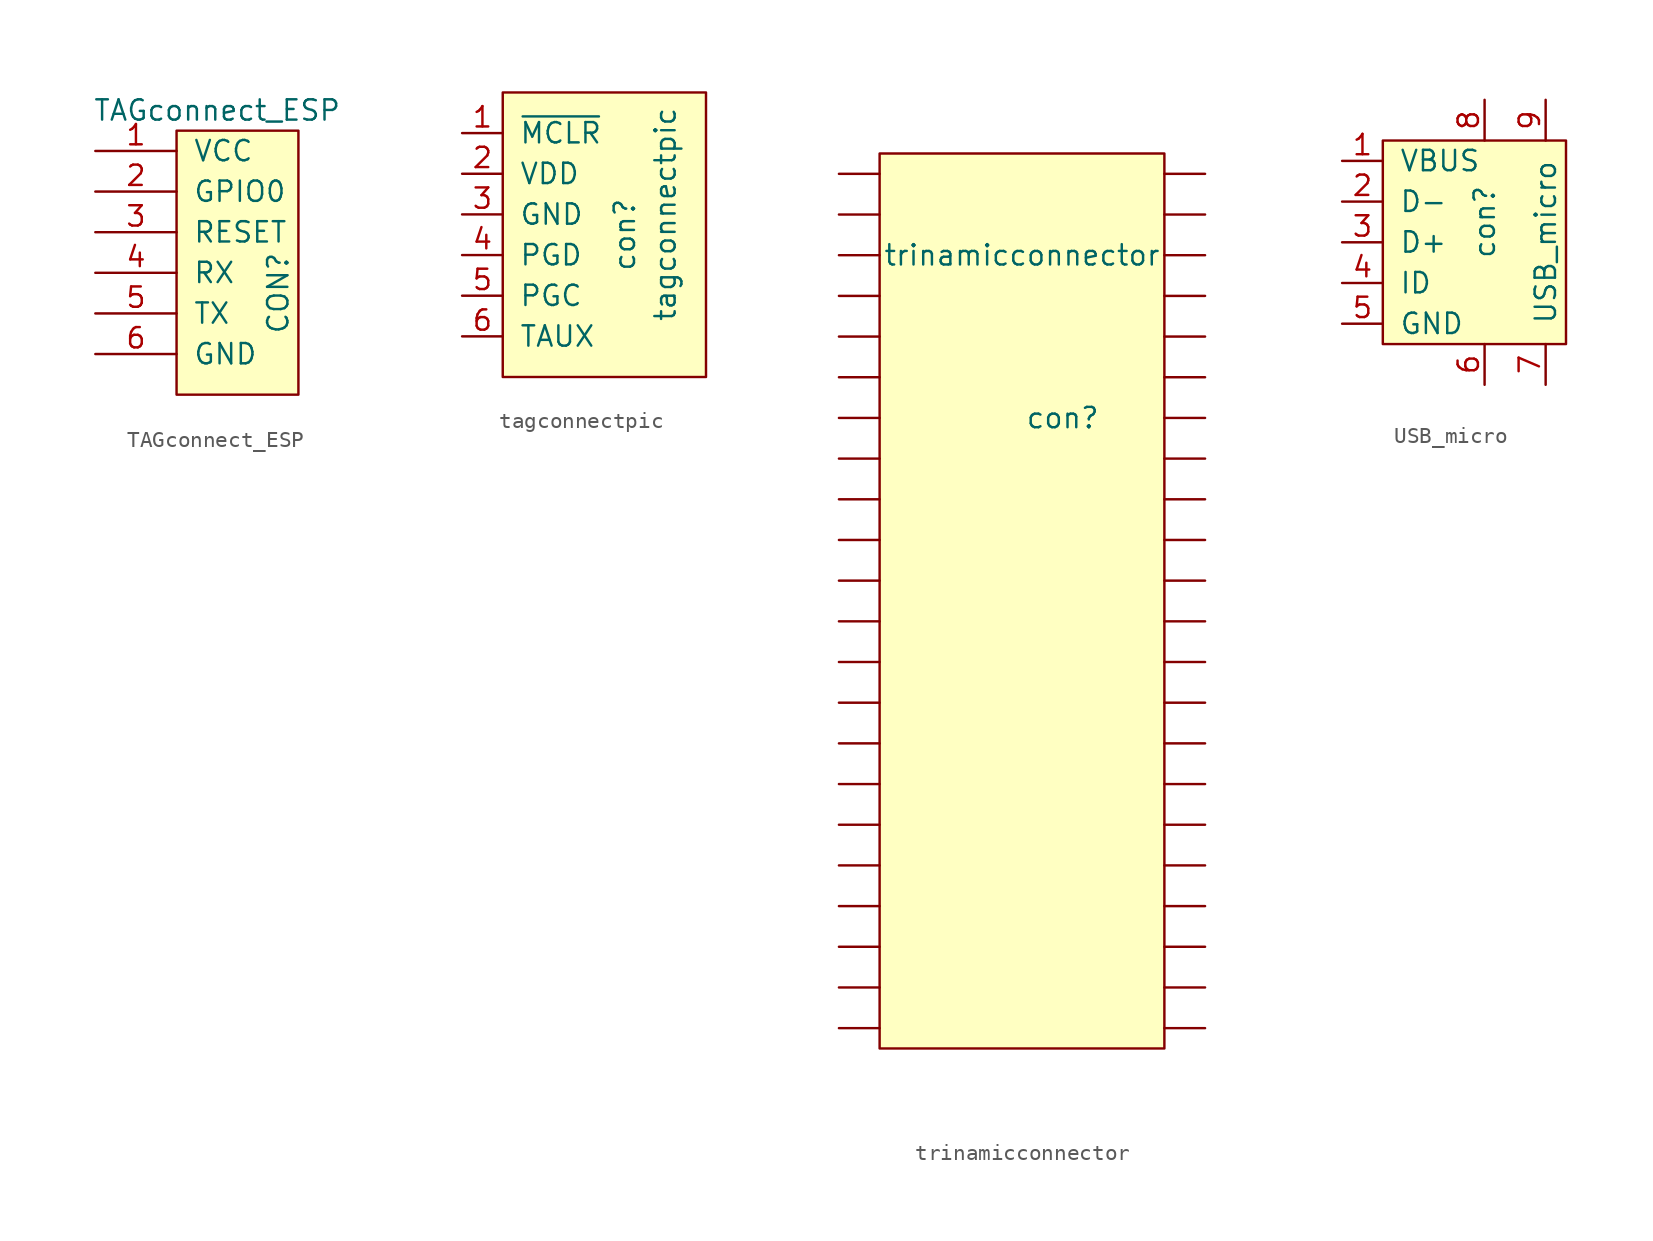
<source format=kicad_sym>
(kicad_symbol_lib
  (version 20201005)
  (generator kicad_symbol_editor)
  (symbol "conectors:TAGconnect_ESP"
    (pin_names
      (offset 1.016))
    (property "Reference" "CON"
      (at 6.35 -8.89 90)
      (effects (font (size 1.27 1.27))))
    (property "Value" "TAGconnect_ESP"
      (at 2.54 2.54 0)
      (effects (font (size 1.27 1.27))))
    (symbol "TAGconnect_ESP_0_1"
      (rectangle (start 0 1.27) (end 7.62 -15.24) (stroke (width 0)) (fill (type background))))
    (symbol "TAGconnect_ESP_1_1"
      (pin unspecified line (at -5.08 0 0) (length 5.08) (name "VCC" (effects (font (size 1.27 1.27)))) (number "1" (effects (font (size 1.27 1.27)))))
      (pin unspecified line (at -5.08 -2.54 0) (length 5.08) (name "GPIO0" (effects (font (size 1.27 1.27)))) (number "2" (effects (font (size 1.27 1.27)))))
      (pin unspecified line (at -5.08 -5.08 0) (length 5.08) (name "RESET" (effects (font (size 1.27 1.27)))) (number "3" (effects (font (size 1.27 1.27)))))
      (pin unspecified line (at -5.08 -7.62 0) (length 5.08) (name "RX" (effects (font (size 1.27 1.27)))) (number "4" (effects (font (size 1.27 1.27)))))
      (pin unspecified line (at -5.08 -10.16 0) (length 5.08) (name "TX" (effects (font (size 1.27 1.27)))) (number "5" (effects (font (size 1.27 1.27)))))
      (pin unspecified line (at -5.08 -12.7 0) (length 5.08) (name "GND" (effects (font (size 1.27 1.27)))) (number "6" (effects (font (size 1.27 1.27)))))))
  (symbol "conectors:tagconnectpic"
    (pin_names
      (offset 1.016))
    (property "Reference" "con"
      (at 7.62 -6.35 90)
      (effects (font (size 1.27 1.27))))
    (property "Value" "tagconnectpic"
      (at 10.16 -5.08 90)
      (effects (font (size 1.27 1.27))))
    (symbol "tagconnectpic_0_1"
      (rectangle (start 0 2.54) (end 12.7 -15.24) (stroke (width 0)) (fill (type background))))
    (symbol "tagconnectpic_1_1"
      (pin input line (at -2.54 0 0) (length 2.54) (name "~MCLR" (effects (font (size 1.27 1.27)))) (number "1" (effects (font (size 1.27 1.27)))))
      (pin input line (at -2.54 -2.54 0) (length 2.54) (name "VDD" (effects (font (size 1.27 1.27)))) (number "2" (effects (font (size 1.27 1.27)))))
      (pin input line (at -2.54 -5.08 0) (length 2.54) (name "GND" (effects (font (size 1.27 1.27)))) (number "3" (effects (font (size 1.27 1.27)))))
      (pin input line (at -2.54 -7.62 0) (length 2.54) (name "PGD" (effects (font (size 1.27 1.27)))) (number "4" (effects (font (size 1.27 1.27)))))
      (pin input line (at -2.54 -10.16 0) (length 2.54) (name "PGC" (effects (font (size 1.27 1.27)))) (number "5" (effects (font (size 1.27 1.27)))))
      (pin input line (at -2.54 -12.7 0) (length 2.54) (name "TAUX" (effects (font (size 1.27 1.27)))) (number "6" (effects (font (size 1.27 1.27)))))))
  (symbol "conectors:trinamicconnector"
    (pin_names
      (offset 1.016))
    (property "Reference" "con"
      (at 1.27 12.7 0)
      (effects (font (size 1.27 1.27))))
    (property "Value" "trinamicconnector"
      (at -1.27 22.86 0)
      (effects (font (size 1.27 1.27))))
    (symbol "trinamicconnector_1_1"
      (rectangle (start -10.16 29.21) (end 7.62 -26.67) (stroke (width 0)) (fill (type background)))
      (pin input line (at -12.7 -25.4 0) (length 2.54) (name "~" (effects (font (size 1.27 1.27)))) (number "~" (effects (font (size 1.27 1.27)))))
      (pin input line (at -12.7 -22.86 0) (length 2.54) (name "~" (effects (font (size 1.27 1.27)))) (number "~" (effects (font (size 1.27 1.27)))))
      (pin input line (at -12.7 -20.32 0) (length 2.54) (name "~" (effects (font (size 1.27 1.27)))) (number "~" (effects (font (size 1.27 1.27)))))
      (pin input line (at -12.7 -17.78 0) (length 2.54) (name "~" (effects (font (size 1.27 1.27)))) (number "~" (effects (font (size 1.27 1.27)))))
      (pin input line (at -12.7 -15.24 0) (length 2.54) (name "~" (effects (font (size 1.27 1.27)))) (number "~" (effects (font (size 1.27 1.27)))))
      (pin input line (at -12.7 -12.7 0) (length 2.54) (name "~" (effects (font (size 1.27 1.27)))) (number "~" (effects (font (size 1.27 1.27)))))
      (pin input line (at -12.7 -10.16 0) (length 2.54) (name "~" (effects (font (size 1.27 1.27)))) (number "~" (effects (font (size 1.27 1.27)))))
      (pin input line (at -12.7 -7.62 0) (length 2.54) (name "~" (effects (font (size 1.27 1.27)))) (number "~" (effects (font (size 1.27 1.27)))))
      (pin input line (at -12.7 -5.08 0) (length 2.54) (name "~" (effects (font (size 1.27 1.27)))) (number "~" (effects (font (size 1.27 1.27)))))
      (pin input line (at -12.7 -2.54 0) (length 2.54) (name "~" (effects (font (size 1.27 1.27)))) (number "~" (effects (font (size 1.27 1.27)))))
      (pin input line (at -12.7 0 0) (length 2.54) (name "~" (effects (font (size 1.27 1.27)))) (number "~" (effects (font (size 1.27 1.27)))))
      (pin input line (at -12.7 2.54 0) (length 2.54) (name "~" (effects (font (size 1.27 1.27)))) (number "~" (effects (font (size 1.27 1.27)))))
      (pin input line (at -12.7 5.08 0) (length 2.54) (name "~" (effects (font (size 1.27 1.27)))) (number "~" (effects (font (size 1.27 1.27)))))
      (pin input line (at -12.7 7.62 0) (length 2.54) (name "~" (effects (font (size 1.27 1.27)))) (number "~" (effects (font (size 1.27 1.27)))))
      (pin input line (at -12.7 10.16 0) (length 2.54) (name "~" (effects (font (size 1.27 1.27)))) (number "~" (effects (font (size 1.27 1.27)))))
      (pin input line (at -12.7 12.7 0) (length 2.54) (name "~" (effects (font (size 1.27 1.27)))) (number "~" (effects (font (size 1.27 1.27)))))
      (pin input line (at -12.7 15.24 0) (length 2.54) (name "~" (effects (font (size 1.27 1.27)))) (number "~" (effects (font (size 1.27 1.27)))))
      (pin input line (at -12.7 17.78 0) (length 2.54) (name "~" (effects (font (size 1.27 1.27)))) (number "~" (effects (font (size 1.27 1.27)))))
      (pin input line (at -12.7 20.32 0) (length 2.54) (name "~" (effects (font (size 1.27 1.27)))) (number "~" (effects (font (size 1.27 1.27)))))
      (pin input line (at -12.7 22.86 0) (length 2.54) (name "~" (effects (font (size 1.27 1.27)))) (number "~" (effects (font (size 1.27 1.27)))))
      (pin input line (at -12.7 25.4 0) (length 2.54) (name "~" (effects (font (size 1.27 1.27)))) (number "~" (effects (font (size 1.27 1.27)))))
      (pin input line (at -12.7 27.94 0) (length 2.54) (name "~" (effects (font (size 1.27 1.27)))) (number "~" (effects (font (size 1.27 1.27)))))
      (pin input line (at 10.16 -25.4 180) (length 2.54) (name "~" (effects (font (size 1.27 1.27)))) (number "~" (effects (font (size 1.27 1.27)))))
      (pin input line (at 10.16 -22.86 180) (length 2.54) (name "~" (effects (font (size 1.27 1.27)))) (number "~" (effects (font (size 1.27 1.27)))))
      (pin input line (at 10.16 -20.32 180) (length 2.54) (name "~" (effects (font (size 1.27 1.27)))) (number "~" (effects (font (size 1.27 1.27)))))
      (pin input line (at 10.16 -17.78 180) (length 2.54) (name "~" (effects (font (size 1.27 1.27)))) (number "~" (effects (font (size 1.27 1.27)))))
      (pin input line (at 10.16 -15.24 180) (length 2.54) (name "~" (effects (font (size 1.27 1.27)))) (number "~" (effects (font (size 1.27 1.27)))))
      (pin input line (at 10.16 -12.7 180) (length 2.54) (name "~" (effects (font (size 1.27 1.27)))) (number "~" (effects (font (size 1.27 1.27)))))
      (pin input line (at 10.16 -10.16 180) (length 2.54) (name "~" (effects (font (size 1.27 1.27)))) (number "~" (effects (font (size 1.27 1.27)))))
      (pin input line (at 10.16 -7.62 180) (length 2.54) (name "~" (effects (font (size 1.27 1.27)))) (number "~" (effects (font (size 1.27 1.27)))))
      (pin input line (at 10.16 -5.08 180) (length 2.54) (name "~" (effects (font (size 1.27 1.27)))) (number "~" (effects (font (size 1.27 1.27)))))
      (pin input line (at 10.16 -2.54 180) (length 2.54) (name "~" (effects (font (size 1.27 1.27)))) (number "~" (effects (font (size 1.27 1.27)))))
      (pin input line (at 10.16 0 180) (length 2.54) (name "~" (effects (font (size 1.27 1.27)))) (number "~" (effects (font (size 1.27 1.27)))))
      (pin input line (at 10.16 2.54 180) (length 2.54) (name "~" (effects (font (size 1.27 1.27)))) (number "~" (effects (font (size 1.27 1.27)))))
      (pin input line (at 10.16 5.08 180) (length 2.54) (name "~" (effects (font (size 1.27 1.27)))) (number "~" (effects (font (size 1.27 1.27)))))
      (pin input line (at 10.16 7.62 180) (length 2.54) (name "~" (effects (font (size 1.27 1.27)))) (number "~" (effects (font (size 1.27 1.27)))))
      (pin input line (at 10.16 10.16 180) (length 2.54) (name "~" (effects (font (size 1.27 1.27)))) (number "~" (effects (font (size 1.27 1.27)))))
      (pin input line (at 10.16 12.7 180) (length 2.54) (name "~" (effects (font (size 1.27 1.27)))) (number "~" (effects (font (size 1.27 1.27)))))
      (pin input line (at 10.16 15.24 180) (length 2.54) (name "~" (effects (font (size 1.27 1.27)))) (number "~" (effects (font (size 1.27 1.27)))))
      (pin input line (at 10.16 17.78 180) (length 2.54) (name "~" (effects (font (size 1.27 1.27)))) (number "~" (effects (font (size 1.27 1.27)))))
      (pin input line (at 10.16 20.32 180) (length 2.54) (name "~" (effects (font (size 1.27 1.27)))) (number "~" (effects (font (size 1.27 1.27)))))
      (pin input line (at 10.16 22.86 180) (length 2.54) (name "~" (effects (font (size 1.27 1.27)))) (number "~" (effects (font (size 1.27 1.27)))))
      (pin input line (at 10.16 25.4 180) (length 2.54) (name "~" (effects (font (size 1.27 1.27)))) (number "~" (effects (font (size 1.27 1.27)))))
      (pin input line (at 10.16 27.94 180) (length 2.54) (name "~" (effects (font (size 1.27 1.27)))) (number "~" (effects (font (size 1.27 1.27)))))))
  (symbol "conectors:USB_micro"
    (pin_names
      (offset 1.016))
    (property "Reference" "con"
      (at 6.35 -3.81 90)
      (effects (font (size 1.27 1.27))))
    (property "Value" "USB_micro"
      (at 10.16 -5.08 90)
      (effects (font (size 1.27 1.27))))
    (symbol "USB_micro_0_1"
      (rectangle (start 0 1.27) (end 11.43 -11.43) (stroke (width 0)) (fill (type background))))
    (symbol "USB_micro_1_1"
      (pin power_in line (at -2.54 0 0) (length 2.54) (name "VBUS" (effects (font (size 1.27 1.27)))) (number "1" (effects (font (size 1.27 1.27)))))
      (pin bidirectional line (at -2.54 -2.54 0) (length 2.54) (name "D-" (effects (font (size 1.27 1.27)))) (number "2" (effects (font (size 1.27 1.27)))))
      (pin bidirectional line (at -2.54 -5.08 0) (length 2.54) (name "D+" (effects (font (size 1.27 1.27)))) (number "3" (effects (font (size 1.27 1.27)))))
      (pin unspecified line (at -2.54 -7.62 0) (length 2.54) (name "ID" (effects (font (size 1.27 1.27)))) (number "4" (effects (font (size 1.27 1.27)))))
      (pin power_out line (at -2.54 -10.16 0) (length 2.54) (name "GND" (effects (font (size 1.27 1.27)))) (number "5" (effects (font (size 1.27 1.27)))))
      (pin unspecified line (at 6.35 -13.97 90) (length 2.54) (name "~" (effects (font (size 1.27 1.27)))) (number "6" (effects (font (size 1.27 1.27)))))
      (pin unspecified line (at 10.16 -13.97 90) (length 2.54) (name "~" (effects (font (size 1.27 1.27)))) (number "7" (effects (font (size 1.27 1.27)))))
      (pin passive line (at 6.35 3.81 270) (length 2.54) (name "~" (effects (font (size 1.27 1.27)))) (number "8" (effects (font (size 1.27 1.27)))))
      (pin passive line (at 10.16 3.81 270) (length 2.54) (name "~" (effects (font (size 1.27 1.27)))) (number "9" (effects (font (size 1.27 1.27))))))))
</source>
